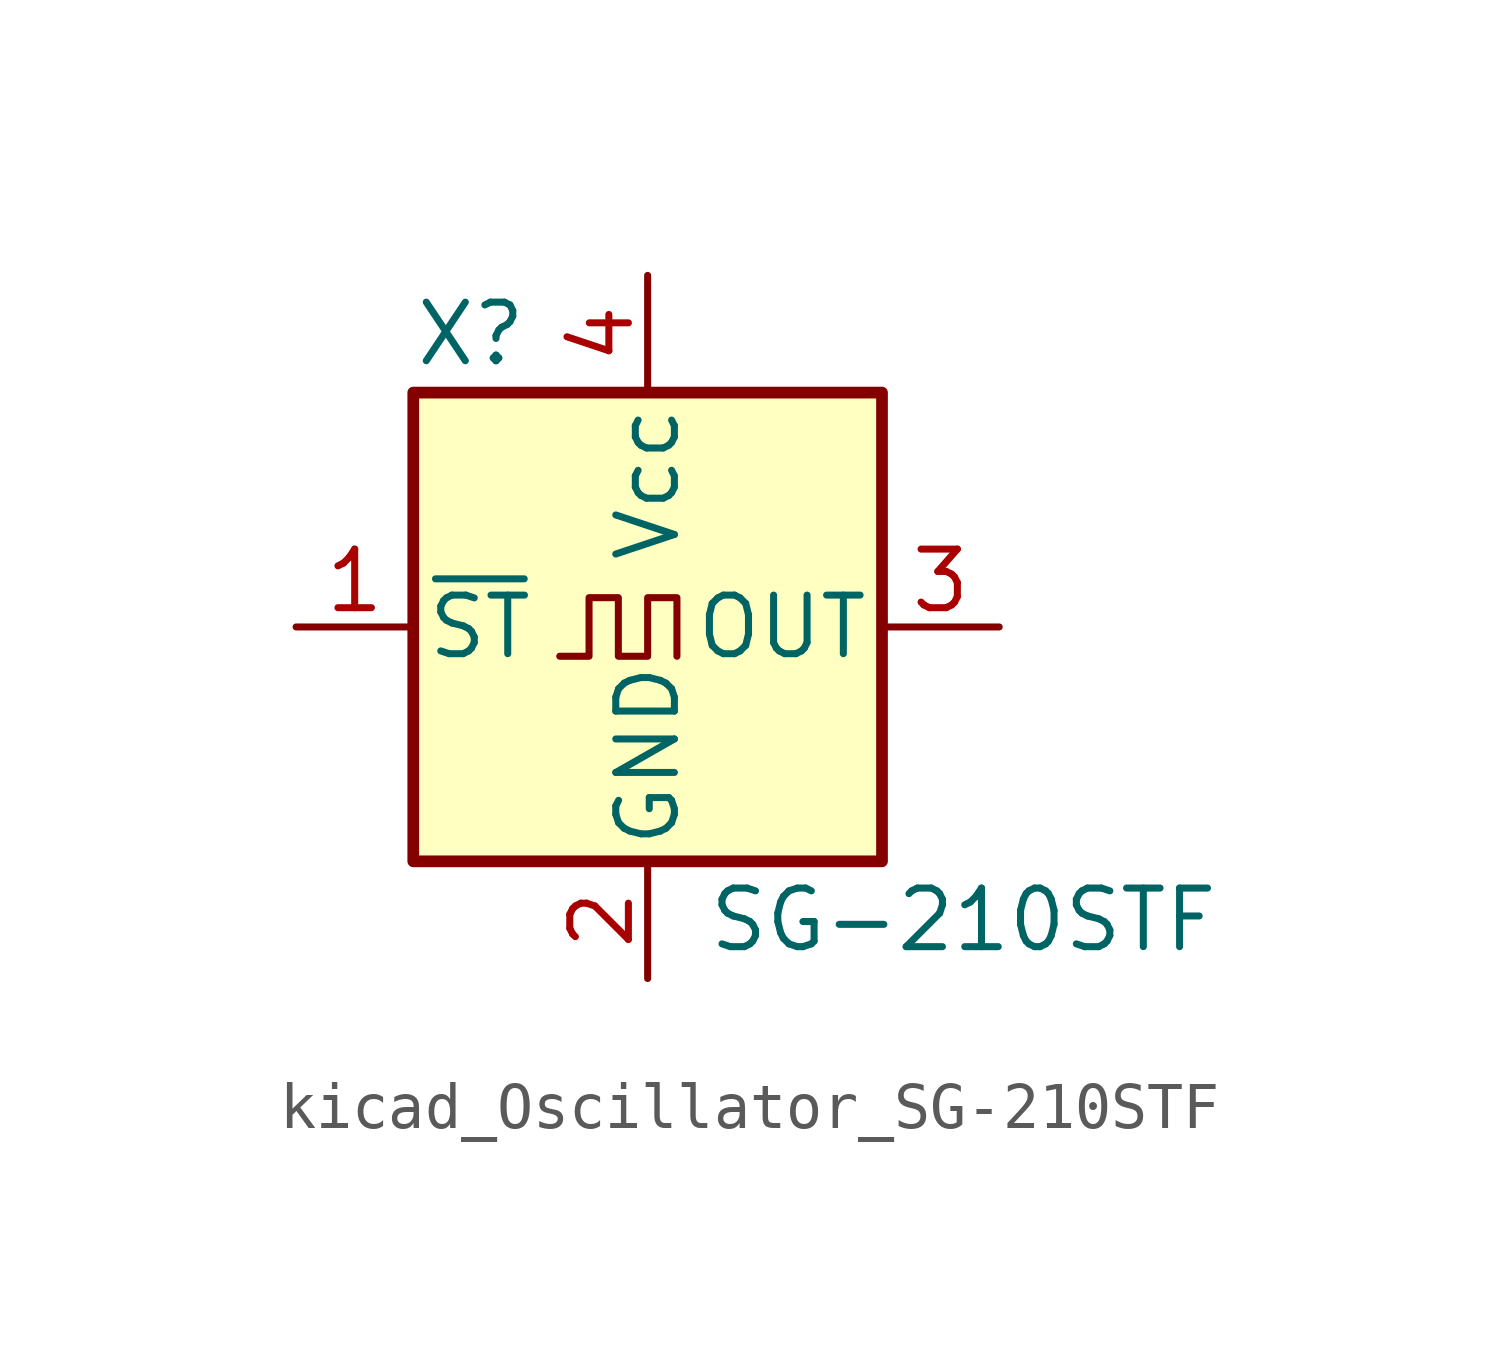
<source format=kicad_sym>
(kicad_symbol_lib
  (version 20220914)
  (generator kicad_symbol_editor)
  (symbol "kicad_Oscillator_SG-210STF"
    (pin_names
      (offset 0.254))
    (property "Reference" "X"
      (at -5.08 6.35 0)
      (effects (font (size 1.27 1.27)) (justify left)))
    (property "Value" "SG-210STF"
      (at 1.27 -6.35 0)
      (effects (font (size 1.27 1.27)) (justify left)))
    (symbol "kicad_Oscillator_SG-210STF_0_1"
      (rectangle (start -5.08 5.08) (end 5.08 -5.08) (stroke (width 0.254) (type default)) (fill (type background)))
      (polyline (pts (xy -1.905 -0.635) (xy -1.27 -0.635) (xy -1.27 0.635) (xy -0.635 0.635) (xy -0.635 -0.635) (xy 0 -0.635) (xy 0 0.635) (xy 0.635 0.635) (xy 0.635 -0.635)) (stroke (width 0) (type default)) (fill (type none))))
    (symbol "kicad_Oscillator_SG-210STF_1_1"
      (pin input line (at -7.62 0 0) (length 2.54) (name "~{ST}" (effects (font (size 1.27 1.27)))) (number "1" (effects (font (size 1.27 1.27)))))
      (pin power_in line (at 0 -7.62 90) (length 2.54) (name "GND" (effects (font (size 1.27 1.27)))) (number "2" (effects (font (size 1.27 1.27)))))
      (pin output line (at 7.62 0 180) (length 2.54) (name "OUT" (effects (font (size 1.27 1.27)))) (number "3" (effects (font (size 1.27 1.27)))))
      (pin power_in line (at 0 7.62 270) (length 2.54) (name "Vcc" (effects (font (size 1.27 1.27)))) (number "4" (effects (font (size 1.27 1.27))))))))
</source>
